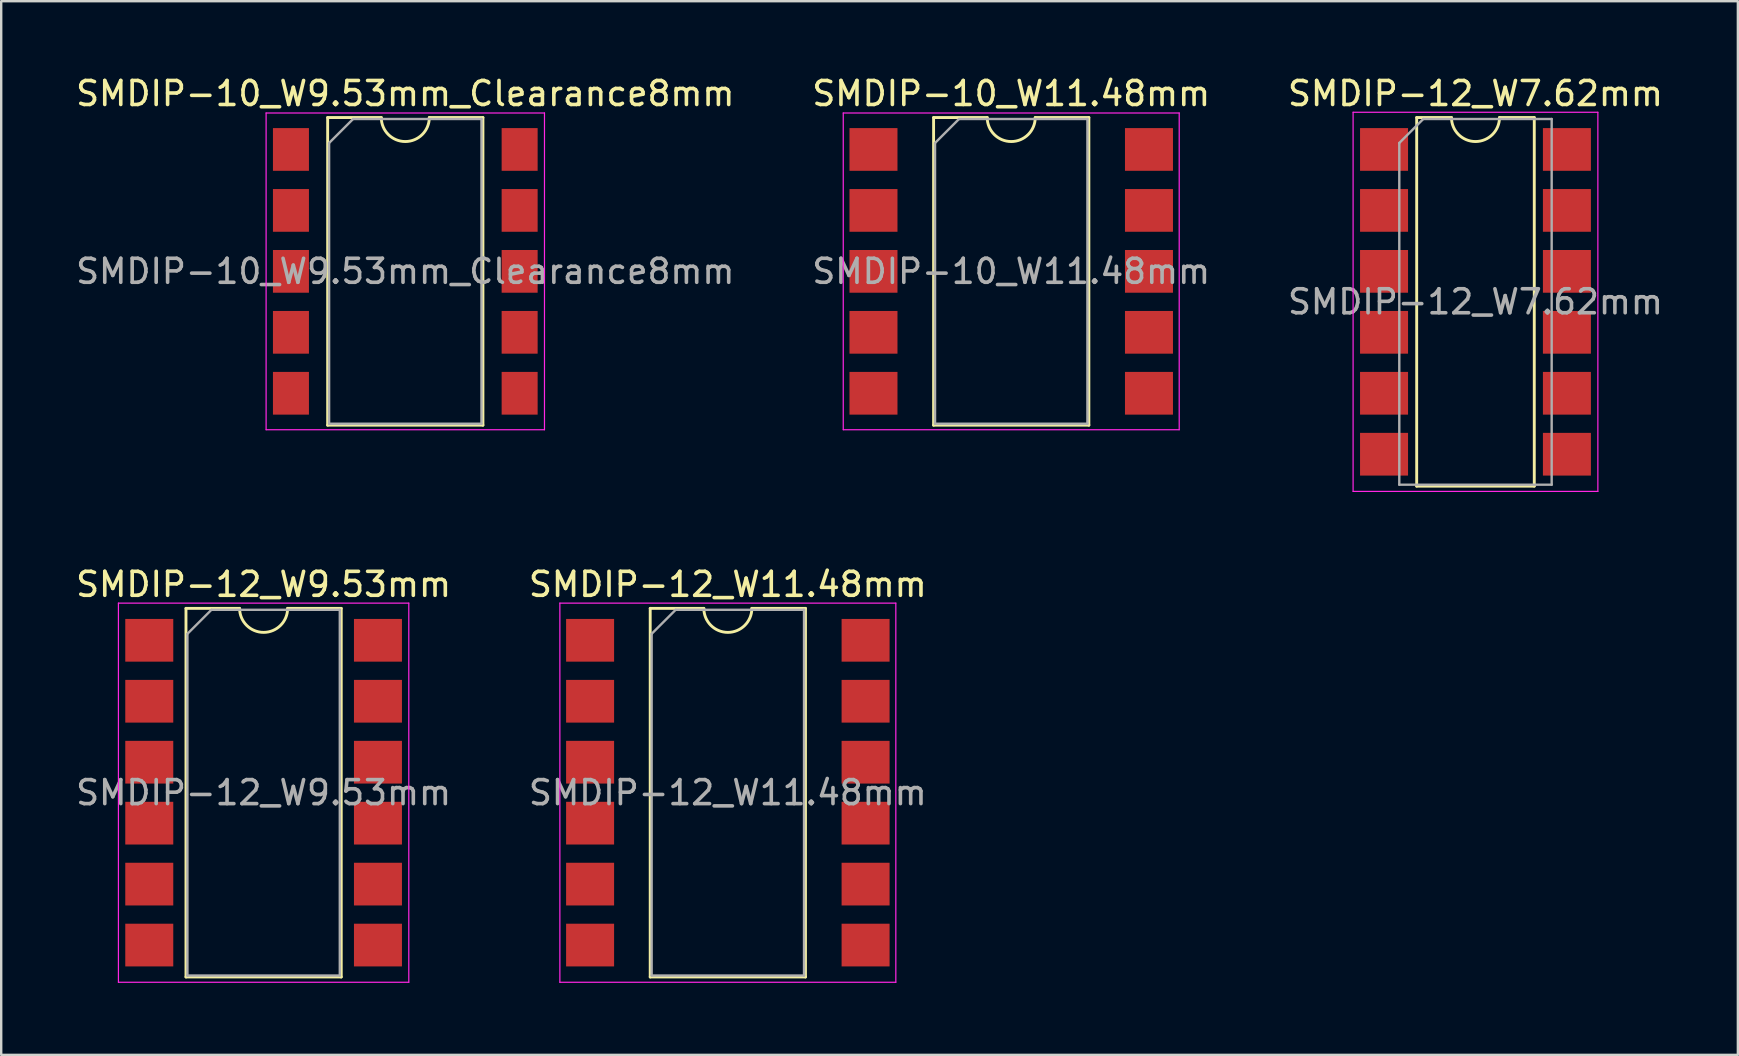
<source format=kicad_pcb>
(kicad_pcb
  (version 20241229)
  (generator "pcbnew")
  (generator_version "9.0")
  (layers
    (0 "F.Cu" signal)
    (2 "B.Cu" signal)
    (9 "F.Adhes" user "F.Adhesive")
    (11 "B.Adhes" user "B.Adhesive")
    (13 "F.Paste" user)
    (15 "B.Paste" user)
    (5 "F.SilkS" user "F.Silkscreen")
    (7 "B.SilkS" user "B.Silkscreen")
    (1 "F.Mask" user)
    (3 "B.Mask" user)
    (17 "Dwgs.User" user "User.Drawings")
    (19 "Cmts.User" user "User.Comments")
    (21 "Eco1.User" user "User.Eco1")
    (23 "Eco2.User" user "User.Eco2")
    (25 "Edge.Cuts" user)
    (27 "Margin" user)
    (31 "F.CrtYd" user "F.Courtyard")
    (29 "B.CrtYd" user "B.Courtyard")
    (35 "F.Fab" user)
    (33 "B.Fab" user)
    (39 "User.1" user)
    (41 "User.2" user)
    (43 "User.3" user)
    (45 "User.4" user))
  (footprint "SMDIP-12_W7.62mm"
    (layer "F.Cu")
    (at 58.435 9.528)
    (property "Reference" "SMDIP-12_W7.62mm" (at 0 -8.68 0) (layer "F.SilkS") (effects (font (size 1 1) (thickness 0.15))))
    (attr smd)
    (fp_line (start -2.45 -7.68) (end -2.45 7.68) (stroke (width 0.12) (type solid)) (layer "F.SilkS"))
    (fp_line (start -2.45 7.68) (end 2.45 7.68) (stroke (width 0.12) (type solid)) (layer "F.SilkS"))
    (fp_line (start -1 -7.68) (end -2.45 -7.68) (stroke (width 0.12) (type solid)) (layer "F.SilkS"))
    (fp_line (start 2.45 -7.68) (end 1 -7.68) (stroke (width 0.12) (type solid)) (layer "F.SilkS"))
    (fp_line (start 2.45 7.68) (end 2.45 -7.68) (stroke (width 0.12) (type solid)) (layer "F.SilkS"))
    (fp_arc (start 1 -7.68) (mid 0 -6.68) (end -1 -7.68) (stroke (width 0.12) (type solid)) (layer "F.SilkS"))
    (fp_line (start -5.1 -7.9) (end -5.1 7.9) (stroke (width 0.05) (type solid)) (layer "F.CrtYd"))
    (fp_line (start -5.1 7.9) (end 5.1 7.9) (stroke (width 0.05) (type solid)) (layer "F.CrtYd"))
    (fp_line (start 5.1 -7.9) (end -5.1 -7.9) (stroke (width 0.05) (type solid)) (layer "F.CrtYd"))
    (fp_line (start 5.1 7.9) (end 5.1 -7.9) (stroke (width 0.05) (type solid)) (layer "F.CrtYd"))
    (fp_line (start -3.175 -6.62) (end -2.175 -7.62) (stroke (width 0.1) (type solid)) (layer "F.Fab"))
    (fp_line (start -3.175 7.62) (end -3.175 -6.62) (stroke (width 0.1) (type solid)) (layer "F.Fab"))
    (fp_line (start -2.175 -7.62) (end 3.175 -7.62) (stroke (width 0.1) (type solid)) (layer "F.Fab"))
    (fp_line (start 3.175 -7.62) (end 3.175 7.62) (stroke (width 0.1) (type solid)) (layer "F.Fab"))
    (fp_line (start 3.175 7.62) (end -3.175 7.62) (stroke (width 0.1) (type solid)) (layer "F.Fab"))
    (fp_text user "${REFERENCE}" (at 0 0 0) (layer "F.Fab") (effects (font (size 1 1) (thickness 0.15))))
    (pad "1" smd rect (at -3.81 -6.35) (size 2 1.78) (layers "F.Cu" "F.Mask" "F.Paste"))
    (pad "2" smd rect (at -3.81 -3.81) (size 2 1.78) (layers "F.Cu" "F.Mask" "F.Paste"))
    (pad "3" smd rect (at -3.81 -1.27) (size 2 1.78) (layers "F.Cu" "F.Mask" "F.Paste"))
    (pad "4" smd rect (at -3.81 1.27) (size 2 1.78) (layers "F.Cu" "F.Mask" "F.Paste"))
    (pad "5" smd rect (at -3.81 3.81) (size 2 1.78) (layers "F.Cu" "F.Mask" "F.Paste"))
    (pad "6" smd rect (at -3.81 6.35) (size 2 1.78) (layers "F.Cu" "F.Mask" "F.Paste"))
    (pad "7" smd rect (at 3.81 6.35) (size 2 1.78) (layers "F.Cu" "F.Mask" "F.Paste"))
    (pad "8" smd rect (at 3.81 3.81) (size 2 1.78) (layers "F.Cu" "F.Mask" "F.Paste"))
    (pad "9" smd rect (at 3.81 1.27) (size 2 1.78) (layers "F.Cu" "F.Mask" "F.Paste"))
    (pad "10" smd rect (at 3.81 -1.27) (size 2 1.78) (layers "F.Cu" "F.Mask" "F.Paste"))
    (pad "11" smd rect (at 3.81 -3.81) (size 2 1.78) (layers "F.Cu" "F.Mask" "F.Paste"))
    (pad "12" smd rect (at 3.81 -6.35) (size 2 1.78) (layers "F.Cu" "F.Mask" "F.Paste")))
  (footprint "SMDIP-10_W11.48mm"
    (layer "F.Cu")
    (at 39.089 8.258)
    (property "Reference" "SMDIP-10_W11.48mm" (at 0 -7.41 0) (layer "F.SilkS") (effects (font (size 1 1) (thickness 0.15))))
    (attr smd)
    (fp_line (start -3.235 -6.41) (end -3.235 6.41) (stroke (width 0.12) (type solid)) (layer "F.SilkS"))
    (fp_line (start -3.235 6.41) (end 3.235 6.41) (stroke (width 0.12) (type solid)) (layer "F.SilkS"))
    (fp_line (start -1 -6.41) (end -3.235 -6.41) (stroke (width 0.12) (type solid)) (layer "F.SilkS"))
    (fp_line (start 3.235 -6.41) (end 1 -6.41) (stroke (width 0.12) (type solid)) (layer "F.SilkS"))
    (fp_line (start 3.235 6.41) (end 3.235 -6.41) (stroke (width 0.12) (type solid)) (layer "F.SilkS"))
    (fp_arc (start 1 -6.41) (mid 0 -5.41) (end -1 -6.41) (stroke (width 0.12) (type solid)) (layer "F.SilkS"))
    (fp_line (start -7 -6.6) (end -7 6.6) (stroke (width 0.05) (type solid)) (layer "F.CrtYd"))
    (fp_line (start -7 6.6) (end 7 6.6) (stroke (width 0.05) (type solid)) (layer "F.CrtYd"))
    (fp_line (start 7 -6.6) (end -7 -6.6) (stroke (width 0.05) (type solid)) (layer "F.CrtYd"))
    (fp_line (start 7 6.6) (end 7 -6.6) (stroke (width 0.05) (type solid)) (layer "F.CrtYd"))
    (fp_line (start -3.175 -5.35) (end -2.175 -6.35) (stroke (width 0.1) (type solid)) (layer "F.Fab"))
    (fp_line (start -3.175 6.35) (end -3.175 -5.35) (stroke (width 0.1) (type solid)) (layer "F.Fab"))
    (fp_line (start -2.175 -6.35) (end 3.175 -6.35) (stroke (width 0.1) (type solid)) (layer "F.Fab"))
    (fp_line (start 3.175 -6.35) (end 3.175 6.35) (stroke (width 0.1) (type solid)) (layer "F.Fab"))
    (fp_line (start 3.175 6.35) (end -3.175 6.35) (stroke (width 0.1) (type solid)) (layer "F.Fab"))
    (fp_text user "${REFERENCE}" (at 0 0 0) (layer "F.Fab") (effects (font (size 1 1) (thickness 0.15))))
    (pad "1" smd rect (at -5.74 -5.08) (size 2 1.78) (layers "F.Cu" "F.Mask" "F.Paste"))
    (pad "2" smd rect (at -5.74 -2.54) (size 2 1.78) (layers "F.Cu" "F.Mask" "F.Paste"))
    (pad "3" smd rect (at -5.74 0) (size 2 1.78) (layers "F.Cu" "F.Mask" "F.Paste"))
    (pad "4" smd rect (at -5.74 2.54) (size 2 1.78) (layers "F.Cu" "F.Mask" "F.Paste"))
    (pad "5" smd rect (at -5.74 5.08) (size 2 1.78) (layers "F.Cu" "F.Mask" "F.Paste"))
    (pad "6" smd rect (at 5.74 5.08) (size 2 1.78) (layers "F.Cu" "F.Mask" "F.Paste"))
    (pad "7" smd rect (at 5.74 2.54) (size 2 1.78) (layers "F.Cu" "F.Mask" "F.Paste"))
    (pad "8" smd rect (at 5.74 0) (size 2 1.78) (layers "F.Cu" "F.Mask" "F.Paste"))
    (pad "9" smd rect (at 5.74 -2.54) (size 2 1.78) (layers "F.Cu" "F.Mask" "F.Paste"))
    (pad "10" smd rect (at 5.74 -5.08) (size 2 1.78) (layers "F.Cu" "F.Mask" "F.Paste")))
  (footprint "SMDIP-12_W9.53mm"
    (layer "F.Cu")
    (at 7.935 29.982)
    (property "Reference" "SMDIP-12_W9.53mm" (at 0 -8.68 0) (layer "F.SilkS") (effects (font (size 1 1) (thickness 0.15))))
    (attr smd)
    (fp_line (start -3.235 -7.68) (end -3.235 7.68) (stroke (width 0.12) (type solid)) (layer "F.SilkS"))
    (fp_line (start -3.235 7.68) (end 3.235 7.68) (stroke (width 0.12) (type solid)) (layer "F.SilkS"))
    (fp_line (start -1 -7.68) (end -3.235 -7.68) (stroke (width 0.12) (type solid)) (layer "F.SilkS"))
    (fp_line (start 3.235 -7.68) (end 1 -7.68) (stroke (width 0.12) (type solid)) (layer "F.SilkS"))
    (fp_line (start 3.235 7.68) (end 3.235 -7.68) (stroke (width 0.12) (type solid)) (layer "F.SilkS"))
    (fp_arc (start 1 -7.68) (mid 0 -6.68) (end -1 -7.68) (stroke (width 0.12) (type solid)) (layer "F.SilkS"))
    (fp_line (start -6.05 -7.9) (end -6.05 7.9) (stroke (width 0.05) (type solid)) (layer "F.CrtYd"))
    (fp_line (start -6.05 7.9) (end 6.05 7.9) (stroke (width 0.05) (type solid)) (layer "F.CrtYd"))
    (fp_line (start 6.05 -7.9) (end -6.05 -7.9) (stroke (width 0.05) (type solid)) (layer "F.CrtYd"))
    (fp_line (start 6.05 7.9) (end 6.05 -7.9) (stroke (width 0.05) (type solid)) (layer "F.CrtYd"))
    (fp_line (start -3.175 -6.62) (end -2.175 -7.62) (stroke (width 0.1) (type solid)) (layer "F.Fab"))
    (fp_line (start -3.175 7.62) (end -3.175 -6.62) (stroke (width 0.1) (type solid)) (layer "F.Fab"))
    (fp_line (start -2.175 -7.62) (end 3.175 -7.62) (stroke (width 0.1) (type solid)) (layer "F.Fab"))
    (fp_line (start 3.175 -7.62) (end 3.175 7.62) (stroke (width 0.1) (type solid)) (layer "F.Fab"))
    (fp_line (start 3.175 7.62) (end -3.175 7.62) (stroke (width 0.1) (type solid)) (layer "F.Fab"))
    (fp_text user "${REFERENCE}" (at 0 0 0) (layer "F.Fab") (effects (font (size 1 1) (thickness 0.15))))
    (pad "1" smd rect (at -4.765 -6.35) (size 2 1.78) (layers "F.Cu" "F.Mask" "F.Paste"))
    (pad "2" smd rect (at -4.765 -3.81) (size 2 1.78) (layers "F.Cu" "F.Mask" "F.Paste"))
    (pad "3" smd rect (at -4.765 -1.27) (size 2 1.78) (layers "F.Cu" "F.Mask" "F.Paste"))
    (pad "4" smd rect (at -4.765 1.27) (size 2 1.78) (layers "F.Cu" "F.Mask" "F.Paste"))
    (pad "5" smd rect (at -4.765 3.81) (size 2 1.78) (layers "F.Cu" "F.Mask" "F.Paste"))
    (pad "6" smd rect (at -4.765 6.35) (size 2 1.78) (layers "F.Cu" "F.Mask" "F.Paste"))
    (pad "7" smd rect (at 4.765 6.35) (size 2 1.78) (layers "F.Cu" "F.Mask" "F.Paste"))
    (pad "8" smd rect (at 4.765 3.81) (size 2 1.78) (layers "F.Cu" "F.Mask" "F.Paste"))
    (pad "9" smd rect (at 4.765 1.27) (size 2 1.78) (layers "F.Cu" "F.Mask" "F.Paste"))
    (pad "10" smd rect (at 4.765 -1.27) (size 2 1.78) (layers "F.Cu" "F.Mask" "F.Paste"))
    (pad "11" smd rect (at 4.765 -3.81) (size 2 1.78) (layers "F.Cu" "F.Mask" "F.Paste"))
    (pad "12" smd rect (at 4.765 -6.35) (size 2 1.78) (layers "F.Cu" "F.Mask" "F.Paste")))
  (footprint "SMDIP-12_W11.48mm"
    (layer "F.Cu")
    (at 27.28 29.982)
    (property "Reference" "SMDIP-12_W11.48mm" (at 0 -8.68 0) (layer "F.SilkS") (effects (font (size 1 1) (thickness 0.15))))
    (attr smd)
    (fp_line (start -3.235 -7.68) (end -3.235 7.68) (stroke (width 0.12) (type solid)) (layer "F.SilkS"))
    (fp_line (start -3.235 7.68) (end 3.235 7.68) (stroke (width 0.12) (type solid)) (layer "F.SilkS"))
    (fp_line (start -1 -7.68) (end -3.235 -7.68) (stroke (width 0.12) (type solid)) (layer "F.SilkS"))
    (fp_line (start 3.235 -7.68) (end 1 -7.68) (stroke (width 0.12) (type solid)) (layer "F.SilkS"))
    (fp_line (start 3.235 7.68) (end 3.235 -7.68) (stroke (width 0.12) (type solid)) (layer "F.SilkS"))
    (fp_arc (start 1 -7.68) (mid 0 -6.68) (end -1 -7.68) (stroke (width 0.12) (type solid)) (layer "F.SilkS"))
    (fp_line (start -7 -7.9) (end -7 7.9) (stroke (width 0.05) (type solid)) (layer "F.CrtYd"))
    (fp_line (start -7 7.9) (end 7 7.9) (stroke (width 0.05) (type solid)) (layer "F.CrtYd"))
    (fp_line (start 7 -7.9) (end -7 -7.9) (stroke (width 0.05) (type solid)) (layer "F.CrtYd"))
    (fp_line (start 7 7.9) (end 7 -7.9) (stroke (width 0.05) (type solid)) (layer "F.CrtYd"))
    (fp_line (start -3.175 -6.62) (end -2.175 -7.62) (stroke (width 0.1) (type solid)) (layer "F.Fab"))
    (fp_line (start -3.175 7.62) (end -3.175 -6.62) (stroke (width 0.1) (type solid)) (layer "F.Fab"))
    (fp_line (start -2.175 -7.62) (end 3.175 -7.62) (stroke (width 0.1) (type solid)) (layer "F.Fab"))
    (fp_line (start 3.175 -7.62) (end 3.175 7.62) (stroke (width 0.1) (type solid)) (layer "F.Fab"))
    (fp_line (start 3.175 7.62) (end -3.175 7.62) (stroke (width 0.1) (type solid)) (layer "F.Fab"))
    (fp_text user "${REFERENCE}" (at 0 0 0) (layer "F.Fab") (effects (font (size 1 1) (thickness 0.15))))
    (pad "1" smd rect (at -5.74 -6.35) (size 2 1.78) (layers "F.Cu" "F.Mask" "F.Paste"))
    (pad "2" smd rect (at -5.74 -3.81) (size 2 1.78) (layers "F.Cu" "F.Mask" "F.Paste"))
    (pad "3" smd rect (at -5.74 -1.27) (size 2 1.78) (layers "F.Cu" "F.Mask" "F.Paste"))
    (pad "4" smd rect (at -5.74 1.27) (size 2 1.78) (layers "F.Cu" "F.Mask" "F.Paste"))
    (pad "5" smd rect (at -5.74 3.81) (size 2 1.78) (layers "F.Cu" "F.Mask" "F.Paste"))
    (pad "6" smd rect (at -5.74 6.35) (size 2 1.78) (layers "F.Cu" "F.Mask" "F.Paste"))
    (pad "7" smd rect (at 5.74 6.35) (size 2 1.78) (layers "F.Cu" "F.Mask" "F.Paste"))
    (pad "8" smd rect (at 5.74 3.81) (size 2 1.78) (layers "F.Cu" "F.Mask" "F.Paste"))
    (pad "9" smd rect (at 5.74 1.27) (size 2 1.78) (layers "F.Cu" "F.Mask" "F.Paste"))
    (pad "10" smd rect (at 5.74 -1.27) (size 2 1.78) (layers "F.Cu" "F.Mask" "F.Paste"))
    (pad "11" smd rect (at 5.74 -3.81) (size 2 1.78) (layers "F.Cu" "F.Mask" "F.Paste"))
    (pad "12" smd rect (at 5.74 -6.35) (size 2 1.78) (layers "F.Cu" "F.Mask" "F.Paste")))
  (footprint "SMDIP-10_W9.53mm_Clearance8mm"
    (layer "F.Cu")
    (at 13.839 8.258)
    (property "Reference" "SMDIP-10_W9.53mm_Clearance8mm" (at 0 -7.41 0) (layer "F.SilkS") (effects (font (size 1 1) (thickness 0.15))))
    (attr smd)
    (fp_line (start -3.235 -6.41) (end -3.235 6.41) (stroke (width 0.12) (type solid)) (layer "F.SilkS"))
    (fp_line (start -3.235 6.41) (end 3.235 6.41) (stroke (width 0.12) (type solid)) (layer "F.SilkS"))
    (fp_line (start -1 -6.41) (end -3.235 -6.41) (stroke (width 0.12) (type solid)) (layer "F.SilkS"))
    (fp_line (start 3.235 -6.41) (end 1 -6.41) (stroke (width 0.12) (type solid)) (layer "F.SilkS"))
    (fp_line (start 3.235 6.41) (end 3.235 -6.41) (stroke (width 0.12) (type solid)) (layer "F.SilkS"))
    (fp_arc (start 1 -6.41) (mid 0 -5.41) (end -1 -6.41) (stroke (width 0.12) (type solid)) (layer "F.SilkS"))
    (fp_line (start -5.8 -6.6) (end -5.8 6.6) (stroke (width 0.05) (type solid)) (layer "F.CrtYd"))
    (fp_line (start -5.8 6.6) (end 5.8 6.6) (stroke (width 0.05) (type solid)) (layer "F.CrtYd"))
    (fp_line (start 5.8 -6.6) (end -5.8 -6.6) (stroke (width 0.05) (type solid)) (layer "F.CrtYd"))
    (fp_line (start 5.8 6.6) (end 5.8 -6.6) (stroke (width 0.05) (type solid)) (layer "F.CrtYd"))
    (fp_line (start -3.175 -5.35) (end -2.175 -6.35) (stroke (width 0.1) (type solid)) (layer "F.Fab"))
    (fp_line (start -3.175 6.35) (end -3.175 -5.35) (stroke (width 0.1) (type solid)) (layer "F.Fab"))
    (fp_line (start -2.175 -6.35) (end 3.175 -6.35) (stroke (width 0.1) (type solid)) (layer "F.Fab"))
    (fp_line (start 3.175 -6.35) (end 3.175 6.35) (stroke (width 0.1) (type solid)) (layer "F.Fab"))
    (fp_line (start 3.175 6.35) (end -3.175 6.35) (stroke (width 0.1) (type solid)) (layer "F.Fab"))
    (fp_text user "${REFERENCE}" (at 0 0 0) (layer "F.Fab") (effects (font (size 1 1) (thickness 0.15))))
    (pad "1" smd rect (at -4.765 -5.08) (size 1.5 1.78) (layers "F.Cu" "F.Mask" "F.Paste"))
    (pad "2" smd rect (at -4.765 -2.54) (size 1.5 1.78) (layers "F.Cu" "F.Mask" "F.Paste"))
    (pad "3" smd rect (at -4.765 0) (size 1.5 1.78) (layers "F.Cu" "F.Mask" "F.Paste"))
    (pad "4" smd rect (at -4.765 2.54) (size 1.5 1.78) (layers "F.Cu" "F.Mask" "F.Paste"))
    (pad "5" smd rect (at -4.765 5.08) (size 1.5 1.78) (layers "F.Cu" "F.Mask" "F.Paste"))
    (pad "6" smd rect (at 4.765 5.08) (size 1.5 1.78) (layers "F.Cu" "F.Mask" "F.Paste"))
    (pad "7" smd rect (at 4.765 2.54) (size 1.5 1.78) (layers "F.Cu" "F.Mask" "F.Paste"))
    (pad "8" smd rect (at 4.765 0) (size 1.5 1.78) (layers "F.Cu" "F.Mask" "F.Paste"))
    (pad "9" smd rect (at 4.765 -2.54) (size 1.5 1.78) (layers "F.Cu" "F.Mask" "F.Paste"))
    (pad "10" smd rect (at 4.765 -5.08) (size 1.5 1.78) (layers "F.Cu" "F.Mask" "F.Paste")))
  (gr_rect
    (start -3 -3)
    (end 69.369 40.907)
    (stroke (width 0.1) (type default))
    (fill no)
    (layer "Edge.Cuts")))
</source>
